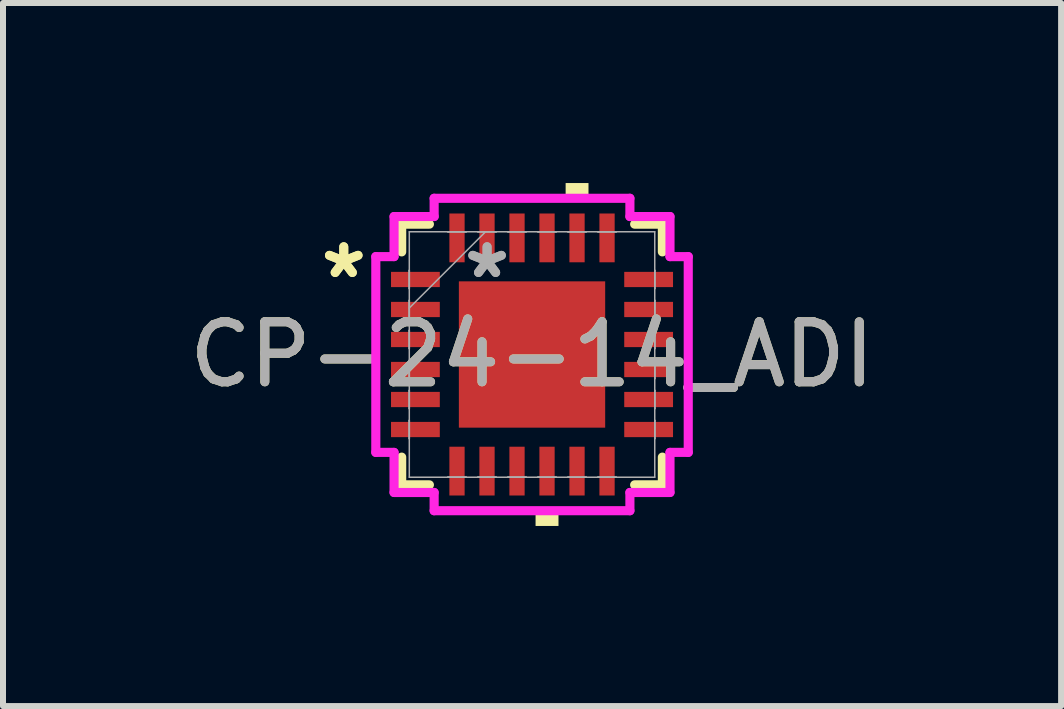
<source format=kicad_pcb>
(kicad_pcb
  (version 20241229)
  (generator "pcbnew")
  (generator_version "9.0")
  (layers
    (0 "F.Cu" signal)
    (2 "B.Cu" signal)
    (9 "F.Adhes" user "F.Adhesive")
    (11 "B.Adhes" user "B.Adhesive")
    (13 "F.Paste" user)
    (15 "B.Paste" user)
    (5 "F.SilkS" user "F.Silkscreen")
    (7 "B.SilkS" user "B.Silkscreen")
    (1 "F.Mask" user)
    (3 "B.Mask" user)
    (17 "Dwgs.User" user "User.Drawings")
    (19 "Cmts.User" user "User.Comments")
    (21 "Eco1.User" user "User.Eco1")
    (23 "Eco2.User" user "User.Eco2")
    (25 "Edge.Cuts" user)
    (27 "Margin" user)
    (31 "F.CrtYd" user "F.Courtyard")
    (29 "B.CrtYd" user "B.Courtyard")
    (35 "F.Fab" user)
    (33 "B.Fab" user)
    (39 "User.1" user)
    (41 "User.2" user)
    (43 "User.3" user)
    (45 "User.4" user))
  (footprint "CP-24-14_ADI"
    (layer "F.Cu")
    (at 5.815 2.857)
    (property "Reference" "CP-24-14_ADI" (at 0 0 0) (unlocked yes) (layer "F.SilkS") (effects (font (size 1 1) (thickness 0.15))))
    (attr smd)
    (fp_line (start -2.172 -2.172) (end -2.172 -1.71) (stroke (width 0.152) (type solid)) (layer "F.SilkS"))
    (fp_line (start -2.172 1.71) (end -2.172 2.172) (stroke (width 0.152) (type solid)) (layer "F.SilkS"))
    (fp_line (start -2.172 2.172) (end -1.71 2.172) (stroke (width 0.152) (type solid)) (layer "F.SilkS"))
    (fp_line (start -1.71 -2.172) (end -2.172 -2.172) (stroke (width 0.152) (type solid)) (layer "F.SilkS"))
    (fp_line (start 1.71 2.172) (end 2.172 2.172) (stroke (width 0.152) (type solid)) (layer "F.SilkS"))
    (fp_line (start 2.172 -2.172) (end 1.71 -2.172) (stroke (width 0.152) (type solid)) (layer "F.SilkS"))
    (fp_line (start 2.172 -1.71) (end 2.172 -2.172) (stroke (width 0.152) (type solid)) (layer "F.SilkS"))
    (fp_line (start 2.172 2.172) (end 2.172 1.71) (stroke (width 0.152) (type solid)) (layer "F.SilkS"))
    (fp_poly (pts (xy 0.059 2.603) (xy 0.059 2.857) (xy 0.441 2.857) (xy 0.441 2.603)) (stroke (width 0) (type solid)) (fill yes) (layer "F.SilkS"))
    (fp_poly (pts (xy 0.56 -2.603) (xy 0.56 -2.857) (xy 0.941 -2.857) (xy 0.941 -2.603)) (stroke (width 0) (type solid)) (fill yes) (layer "F.SilkS"))
    (fp_line (start -2.603 -1.631) (end -2.299 -1.631) (stroke (width 0.152) (type solid)) (layer "F.CrtYd"))
    (fp_line (start -2.603 1.631) (end -2.603 -1.631) (stroke (width 0.152) (type solid)) (layer "F.CrtYd"))
    (fp_line (start -2.299 -2.299) (end -1.631 -2.299) (stroke (width 0.152) (type solid)) (layer "F.CrtYd"))
    (fp_line (start -2.299 -1.631) (end -2.299 -2.299) (stroke (width 0.152) (type solid)) (layer "F.CrtYd"))
    (fp_line (start -2.299 1.631) (end -2.603 1.631) (stroke (width 0.152) (type solid)) (layer "F.CrtYd"))
    (fp_line (start -2.299 2.299) (end -2.299 1.631) (stroke (width 0.152) (type solid)) (layer "F.CrtYd"))
    (fp_line (start -1.631 -2.603) (end 1.631 -2.603) (stroke (width 0.152) (type solid)) (layer "F.CrtYd"))
    (fp_line (start -1.631 -2.299) (end -1.631 -2.603) (stroke (width 0.152) (type solid)) (layer "F.CrtYd"))
    (fp_line (start -1.631 2.299) (end -2.299 2.299) (stroke (width 0.152) (type solid)) (layer "F.CrtYd"))
    (fp_line (start -1.631 2.603) (end -1.631 2.299) (stroke (width 0.152) (type solid)) (layer "F.CrtYd"))
    (fp_line (start 1.631 -2.603) (end 1.631 -2.299) (stroke (width 0.152) (type solid)) (layer "F.CrtYd"))
    (fp_line (start 1.631 -2.299) (end 2.299 -2.299) (stroke (width 0.152) (type solid)) (layer "F.CrtYd"))
    (fp_line (start 1.631 2.299) (end 1.631 2.603) (stroke (width 0.152) (type solid)) (layer "F.CrtYd"))
    (fp_line (start 1.631 2.603) (end -1.631 2.603) (stroke (width 0.152) (type solid)) (layer "F.CrtYd"))
    (fp_line (start 2.299 -2.299) (end 2.299 -1.631) (stroke (width 0.152) (type solid)) (layer "F.CrtYd"))
    (fp_line (start 2.299 -1.631) (end 2.603 -1.631) (stroke (width 0.152) (type solid)) (layer "F.CrtYd"))
    (fp_line (start 2.299 1.631) (end 2.299 2.299) (stroke (width 0.152) (type solid)) (layer "F.CrtYd"))
    (fp_line (start 2.299 2.299) (end 1.631 2.299) (stroke (width 0.152) (type solid)) (layer "F.CrtYd"))
    (fp_line (start 2.603 -1.631) (end 2.603 1.631) (stroke (width 0.152) (type solid)) (layer "F.CrtYd"))
    (fp_line (start 2.603 1.631) (end 2.299 1.631) (stroke (width 0.152) (type solid)) (layer "F.CrtYd"))
    (fp_line (start -2.045 -2.045) (end -2.045 2.045) (stroke (width 0.025) (type solid)) (layer "F.Fab"))
    (fp_line (start -2.045 -1.402) (end -2.045 -1.402) (stroke (width 0.025) (type solid)) (layer "F.Fab"))
    (fp_line (start -2.045 -1.402) (end -2.045 -1.098) (stroke (width 0.025) (type solid)) (layer "F.Fab"))
    (fp_line (start -2.045 -1.098) (end -2.045 -1.402) (stroke (width 0.025) (type solid)) (layer "F.Fab"))
    (fp_line (start -2.045 -1.098) (end -2.045 -1.098) (stroke (width 0.025) (type solid)) (layer "F.Fab"))
    (fp_line (start -2.045 -0.902) (end -2.045 -0.902) (stroke (width 0.025) (type solid)) (layer "F.Fab"))
    (fp_line (start -2.045 -0.902) (end -2.045 -0.598) (stroke (width 0.025) (type solid)) (layer "F.Fab"))
    (fp_line (start -2.045 -0.775) (end -0.775 -2.045) (stroke (width 0.025) (type solid)) (layer "F.Fab"))
    (fp_line (start -2.045 -0.598) (end -2.045 -0.902) (stroke (width 0.025) (type solid)) (layer "F.Fab"))
    (fp_line (start -2.045 -0.598) (end -2.045 -0.598) (stroke (width 0.025) (type solid)) (layer "F.Fab"))
    (fp_line (start -2.045 -0.402) (end -2.045 -0.402) (stroke (width 0.025) (type solid)) (layer "F.Fab"))
    (fp_line (start -2.045 -0.402) (end -2.045 -0.098) (stroke (width 0.025) (type solid)) (layer "F.Fab"))
    (fp_line (start -2.045 -0.098) (end -2.045 -0.402) (stroke (width 0.025) (type solid)) (layer "F.Fab"))
    (fp_line (start -2.045 -0.098) (end -2.045 -0.098) (stroke (width 0.025) (type solid)) (layer "F.Fab"))
    (fp_line (start -2.045 0.098) (end -2.045 0.098) (stroke (width 0.025) (type solid)) (layer "F.Fab"))
    (fp_line (start -2.045 0.098) (end -2.045 0.402) (stroke (width 0.025) (type solid)) (layer "F.Fab"))
    (fp_line (start -2.045 0.402) (end -2.045 0.098) (stroke (width 0.025) (type solid)) (layer "F.Fab"))
    (fp_line (start -2.045 0.402) (end -2.045 0.402) (stroke (width 0.025) (type solid)) (layer "F.Fab"))
    (fp_line (start -2.045 0.598) (end -2.045 0.598) (stroke (width 0.025) (type solid)) (layer "F.Fab"))
    (fp_line (start -2.045 0.598) (end -2.045 0.902) (stroke (width 0.025) (type solid)) (layer "F.Fab"))
    (fp_line (start -2.045 0.902) (end -2.045 0.598) (stroke (width 0.025) (type solid)) (layer "F.Fab"))
    (fp_line (start -2.045 0.902) (end -2.045 0.902) (stroke (width 0.025) (type solid)) (layer "F.Fab"))
    (fp_line (start -2.045 1.098) (end -2.045 1.098) (stroke (width 0.025) (type solid)) (layer "F.Fab"))
    (fp_line (start -2.045 1.098) (end -2.045 1.402) (stroke (width 0.025) (type solid)) (layer "F.Fab"))
    (fp_line (start -2.045 1.402) (end -2.045 1.098) (stroke (width 0.025) (type solid)) (layer "F.Fab"))
    (fp_line (start -2.045 1.402) (end -2.045 1.402) (stroke (width 0.025) (type solid)) (layer "F.Fab"))
    (fp_line (start -2.045 2.045) (end 2.045 2.045) (stroke (width 0.025) (type solid)) (layer "F.Fab"))
    (fp_line (start -1.402 -2.045) (end -1.402 -2.045) (stroke (width 0.025) (type solid)) (layer "F.Fab"))
    (fp_line (start -1.402 -2.045) (end -1.098 -2.045) (stroke (width 0.025) (type solid)) (layer "F.Fab"))
    (fp_line (start -1.402 2.045) (end -1.402 2.045) (stroke (width 0.025) (type solid)) (layer "F.Fab"))
    (fp_line (start -1.402 2.045) (end -1.098 2.045) (stroke (width 0.025) (type solid)) (layer "F.Fab"))
    (fp_line (start -1.098 -2.045) (end -1.402 -2.045) (stroke (width 0.025) (type solid)) (layer "F.Fab"))
    (fp_line (start -1.098 -2.045) (end -1.098 -2.045) (stroke (width 0.025) (type solid)) (layer "F.Fab"))
    (fp_line (start -1.098 2.045) (end -1.402 2.045) (stroke (width 0.025) (type solid)) (layer "F.Fab"))
    (fp_line (start -1.098 2.045) (end -1.098 2.045) (stroke (width 0.025) (type solid)) (layer "F.Fab"))
    (fp_line (start -0.902 -2.045) (end -0.902 -2.045) (stroke (width 0.025) (type solid)) (layer "F.Fab"))
    (fp_line (start -0.902 -2.045) (end -0.598 -2.045) (stroke (width 0.025) (type solid)) (layer "F.Fab"))
    (fp_line (start -0.902 2.045) (end -0.902 2.045) (stroke (width 0.025) (type solid)) (layer "F.Fab"))
    (fp_line (start -0.902 2.045) (end -0.598 2.045) (stroke (width 0.025) (type solid)) (layer "F.Fab"))
    (fp_line (start -0.598 -2.045) (end -0.902 -2.045) (stroke (width 0.025) (type solid)) (layer "F.Fab"))
    (fp_line (start -0.598 -2.045) (end -0.598 -2.045) (stroke (width 0.025) (type solid)) (layer "F.Fab"))
    (fp_line (start -0.598 2.045) (end -0.902 2.045) (stroke (width 0.025) (type solid)) (layer "F.Fab"))
    (fp_line (start -0.598 2.045) (end -0.598 2.045) (stroke (width 0.025) (type solid)) (layer "F.Fab"))
    (fp_line (start -0.402 -2.045) (end -0.402 -2.045) (stroke (width 0.025) (type solid)) (layer "F.Fab"))
    (fp_line (start -0.402 -2.045) (end -0.098 -2.045) (stroke (width 0.025) (type solid)) (layer "F.Fab"))
    (fp_line (start -0.402 2.045) (end -0.402 2.045) (stroke (width 0.025) (type solid)) (layer "F.Fab"))
    (fp_line (start -0.402 2.045) (end -0.098 2.045) (stroke (width 0.025) (type solid)) (layer "F.Fab"))
    (fp_line (start -0.098 -2.045) (end -0.402 -2.045) (stroke (width 0.025) (type solid)) (layer "F.Fab"))
    (fp_line (start -0.098 -2.045) (end -0.098 -2.045) (stroke (width 0.025) (type solid)) (layer "F.Fab"))
    (fp_line (start -0.098 2.045) (end -0.402 2.045) (stroke (width 0.025) (type solid)) (layer "F.Fab"))
    (fp_line (start -0.098 2.045) (end -0.098 2.045) (stroke (width 0.025) (type solid)) (layer "F.Fab"))
    (fp_line (start 0.098 -2.045) (end 0.098 -2.045) (stroke (width 0.025) (type solid)) (layer "F.Fab"))
    (fp_line (start 0.098 -2.045) (end 0.402 -2.045) (stroke (width 0.025) (type solid)) (layer "F.Fab"))
    (fp_line (start 0.098 2.045) (end 0.098 2.045) (stroke (width 0.025) (type solid)) (layer "F.Fab"))
    (fp_line (start 0.098 2.045) (end 0.402 2.045) (stroke (width 0.025) (type solid)) (layer "F.Fab"))
    (fp_line (start 0.402 -2.045) (end 0.098 -2.045) (stroke (width 0.025) (type solid)) (layer "F.Fab"))
    (fp_line (start 0.402 -2.045) (end 0.402 -2.045) (stroke (width 0.025) (type solid)) (layer "F.Fab"))
    (fp_line (start 0.402 2.045) (end 0.098 2.045) (stroke (width 0.025) (type solid)) (layer "F.Fab"))
    (fp_line (start 0.402 2.045) (end 0.402 2.045) (stroke (width 0.025) (type solid)) (layer "F.Fab"))
    (fp_line (start 0.598 -2.045) (end 0.598 -2.045) (stroke (width 0.025) (type solid)) (layer "F.Fab"))
    (fp_line (start 0.598 -2.045) (end 0.902 -2.045) (stroke (width 0.025) (type solid)) (layer "F.Fab"))
    (fp_line (start 0.598 2.045) (end 0.598 2.045) (stroke (width 0.025) (type solid)) (layer "F.Fab"))
    (fp_line (start 0.598 2.045) (end 0.902 2.045) (stroke (width 0.025) (type solid)) (layer "F.Fab"))
    (fp_line (start 0.902 -2.045) (end 0.598 -2.045) (stroke (width 0.025) (type solid)) (layer "F.Fab"))
    (fp_line (start 0.902 -2.045) (end 0.902 -2.045) (stroke (width 0.025) (type solid)) (layer "F.Fab"))
    (fp_line (start 0.902 2.045) (end 0.598 2.045) (stroke (width 0.025) (type solid)) (layer "F.Fab"))
    (fp_line (start 0.902 2.045) (end 0.902 2.045) (stroke (width 0.025) (type solid)) (layer "F.Fab"))
    (fp_line (start 1.098 -2.045) (end 1.098 -2.045) (stroke (width 0.025) (type solid)) (layer "F.Fab"))
    (fp_line (start 1.098 -2.045) (end 1.402 -2.045) (stroke (width 0.025) (type solid)) (layer "F.Fab"))
    (fp_line (start 1.098 2.045) (end 1.098 2.045) (stroke (width 0.025) (type solid)) (layer "F.Fab"))
    (fp_line (start 1.098 2.045) (end 1.402 2.045) (stroke (width 0.025) (type solid)) (layer "F.Fab"))
    (fp_line (start 1.402 -2.045) (end 1.098 -2.045) (stroke (width 0.025) (type solid)) (layer "F.Fab"))
    (fp_line (start 1.402 -2.045) (end 1.402 -2.045) (stroke (width 0.025) (type solid)) (layer "F.Fab"))
    (fp_line (start 1.402 2.045) (end 1.098 2.045) (stroke (width 0.025) (type solid)) (layer "F.Fab"))
    (fp_line (start 1.402 2.045) (end 1.402 2.045) (stroke (width 0.025) (type solid)) (layer "F.Fab"))
    (fp_line (start 2.045 -2.045) (end -2.045 -2.045) (stroke (width 0.025) (type solid)) (layer "F.Fab"))
    (fp_line (start 2.045 -1.402) (end 2.045 -1.402) (stroke (width 0.025) (type solid)) (layer "F.Fab"))
    (fp_line (start 2.045 -1.402) (end 2.045 -1.098) (stroke (width 0.025) (type solid)) (layer "F.Fab"))
    (fp_line (start 2.045 -1.098) (end 2.045 -1.402) (stroke (width 0.025) (type solid)) (layer "F.Fab"))
    (fp_line (start 2.045 -1.098) (end 2.045 -1.098) (stroke (width 0.025) (type solid)) (layer "F.Fab"))
    (fp_line (start 2.045 -0.902) (end 2.045 -0.902) (stroke (width 0.025) (type solid)) (layer "F.Fab"))
    (fp_line (start 2.045 -0.902) (end 2.045 -0.598) (stroke (width 0.025) (type solid)) (layer "F.Fab"))
    (fp_line (start 2.045 -0.598) (end 2.045 -0.902) (stroke (width 0.025) (type solid)) (layer "F.Fab"))
    (fp_line (start 2.045 -0.598) (end 2.045 -0.598) (stroke (width 0.025) (type solid)) (layer "F.Fab"))
    (fp_line (start 2.045 -0.402) (end 2.045 -0.402) (stroke (width 0.025) (type solid)) (layer "F.Fab"))
    (fp_line (start 2.045 -0.402) (end 2.045 -0.098) (stroke (width 0.025) (type solid)) (layer "F.Fab"))
    (fp_line (start 2.045 -0.098) (end 2.045 -0.402) (stroke (width 0.025) (type solid)) (layer "F.Fab"))
    (fp_line (start 2.045 -0.098) (end 2.045 -0.098) (stroke (width 0.025) (type solid)) (layer "F.Fab"))
    (fp_line (start 2.045 0.098) (end 2.045 0.098) (stroke (width 0.025) (type solid)) (layer "F.Fab"))
    (fp_line (start 2.045 0.098) (end 2.045 0.402) (stroke (width 0.025) (type solid)) (layer "F.Fab"))
    (fp_line (start 2.045 0.402) (end 2.045 0.098) (stroke (width 0.025) (type solid)) (layer "F.Fab"))
    (fp_line (start 2.045 0.402) (end 2.045 0.402) (stroke (width 0.025) (type solid)) (layer "F.Fab"))
    (fp_line (start 2.045 0.598) (end 2.045 0.598) (stroke (width 0.025) (type solid)) (layer "F.Fab"))
    (fp_line (start 2.045 0.598) (end 2.045 0.902) (stroke (width 0.025) (type solid)) (layer "F.Fab"))
    (fp_line (start 2.045 0.902) (end 2.045 0.598) (stroke (width 0.025) (type solid)) (layer "F.Fab"))
    (fp_line (start 2.045 0.902) (end 2.045 0.902) (stroke (width 0.025) (type solid)) (layer "F.Fab"))
    (fp_line (start 2.045 1.098) (end 2.045 1.098) (stroke (width 0.025) (type solid)) (layer "F.Fab"))
    (fp_line (start 2.045 1.098) (end 2.045 1.402) (stroke (width 0.025) (type solid)) (layer "F.Fab"))
    (fp_line (start 2.045 1.402) (end 2.045 1.098) (stroke (width 0.025) (type solid)) (layer "F.Fab"))
    (fp_line (start 2.045 1.402) (end 2.045 1.402) (stroke (width 0.025) (type solid)) (layer "F.Fab"))
    (fp_line (start 2.045 2.045) (end 2.045 -2.045) (stroke (width 0.025) (type solid)) (layer "F.Fab"))
    (fp_text user "*" (at -3.137 -1.25 0) (layer "F.SilkS") (effects (font (size 1 1) (thickness 0.15))))
    (fp_text user "*" (at -3.137 -1.25 0) (unlocked yes) (layer "F.SilkS") (effects (font (size 1 1) (thickness 0.15))))
    (fp_text user "${REFERENCE}" (at 0 0 0) (unlocked yes) (layer "F.Fab") (effects (font (size 1 1) (thickness 0.15))))
    (fp_text user "*" (at -0.749 -1.25 0) (unlocked yes) (layer "F.Fab") (effects (font (size 1 1) (thickness 0.15))))
    (fp_text user "*" (at -0.749 -1.25 0) (layer "F.Fab") (effects (font (size 1 1) (thickness 0.15))))
    (pad "1" smd rect (at -1.943 -1.25 90) (size 0.254 0.813) (layers "F.Cu" "F.Mask" "F.Paste"))
    (pad "2" smd rect (at -1.943 -0.75 90) (size 0.254 0.813) (layers "F.Cu" "F.Mask" "F.Paste"))
    (pad "3" smd rect (at -1.943 -0.25 90) (size 0.254 0.813) (layers "F.Cu" "F.Mask" "F.Paste"))
    (pad "4" smd rect (at -1.943 0.25 90) (size 0.254 0.813) (layers "F.Cu" "F.Mask" "F.Paste"))
    (pad "5" smd rect (at -1.943 0.75 90) (size 0.254 0.813) (layers "F.Cu" "F.Mask" "F.Paste"))
    (pad "6" smd rect (at -1.943 1.25 90) (size 0.254 0.813) (layers "F.Cu" "F.Mask" "F.Paste"))
    (pad "7" smd rect (at -1.25 1.943) (size 0.254 0.813) (layers "F.Cu" "F.Mask" "F.Paste"))
    (pad "8" smd rect (at -0.75 1.943) (size 0.254 0.813) (layers "F.Cu" "F.Mask" "F.Paste"))
    (pad "9" smd rect (at -0.25 1.943) (size 0.254 0.813) (layers "F.Cu" "F.Mask" "F.Paste"))
    (pad "10" smd rect (at 0.25 1.943) (size 0.254 0.813) (layers "F.Cu" "F.Mask" "F.Paste"))
    (pad "11" smd rect (at 0.75 1.943) (size 0.254 0.813) (layers "F.Cu" "F.Mask" "F.Paste"))
    (pad "12" smd rect (at 1.25 1.943) (size 0.254 0.813) (layers "F.Cu" "F.Mask" "F.Paste"))
    (pad "13" smd rect (at 1.943 1.25 90) (size 0.254 0.813) (layers "F.Cu" "F.Mask" "F.Paste"))
    (pad "14" smd rect (at 1.943 0.75 90) (size 0.254 0.813) (layers "F.Cu" "F.Mask" "F.Paste"))
    (pad "15" smd rect (at 1.943 0.25 90) (size 0.254 0.813) (layers "F.Cu" "F.Mask" "F.Paste"))
    (pad "16" smd rect (at 1.943 -0.25 90) (size 0.254 0.813) (layers "F.Cu" "F.Mask" "F.Paste"))
    (pad "17" smd rect (at 1.943 -0.75 90) (size 0.254 0.813) (layers "F.Cu" "F.Mask" "F.Paste"))
    (pad "18" smd rect (at 1.943 -1.25 90) (size 0.254 0.813) (layers "F.Cu" "F.Mask" "F.Paste"))
    (pad "19" smd rect (at 1.25 -1.943) (size 0.254 0.813) (layers "F.Cu" "F.Mask" "F.Paste"))
    (pad "20" smd rect (at 0.75 -1.943) (size 0.254 0.813) (layers "F.Cu" "F.Mask" "F.Paste"))
    (pad "21" smd rect (at 0.25 -1.943) (size 0.254 0.813) (layers "F.Cu" "F.Mask" "F.Paste"))
    (pad "22" smd rect (at -0.25 -1.943) (size 0.254 0.813) (layers "F.Cu" "F.Mask" "F.Paste"))
    (pad "23" smd rect (at -0.75 -1.943) (size 0.254 0.813) (layers "F.Cu" "F.Mask" "F.Paste"))
    (pad "24" smd rect (at -1.25 -1.943) (size 0.254 0.813) (layers "F.Cu" "F.Mask" "F.Paste"))
    (pad "25" smd rect (at 0 0) (size 2.438 2.438) (layers "F.Cu" "F.Mask" "F.Paste")))
  (gr_rect
    (start -3 -3)
    (end 14.631 8.715)
    (stroke (width 0.1) (type default))
    (fill no)
    (layer "Edge.Cuts")))
</source>
